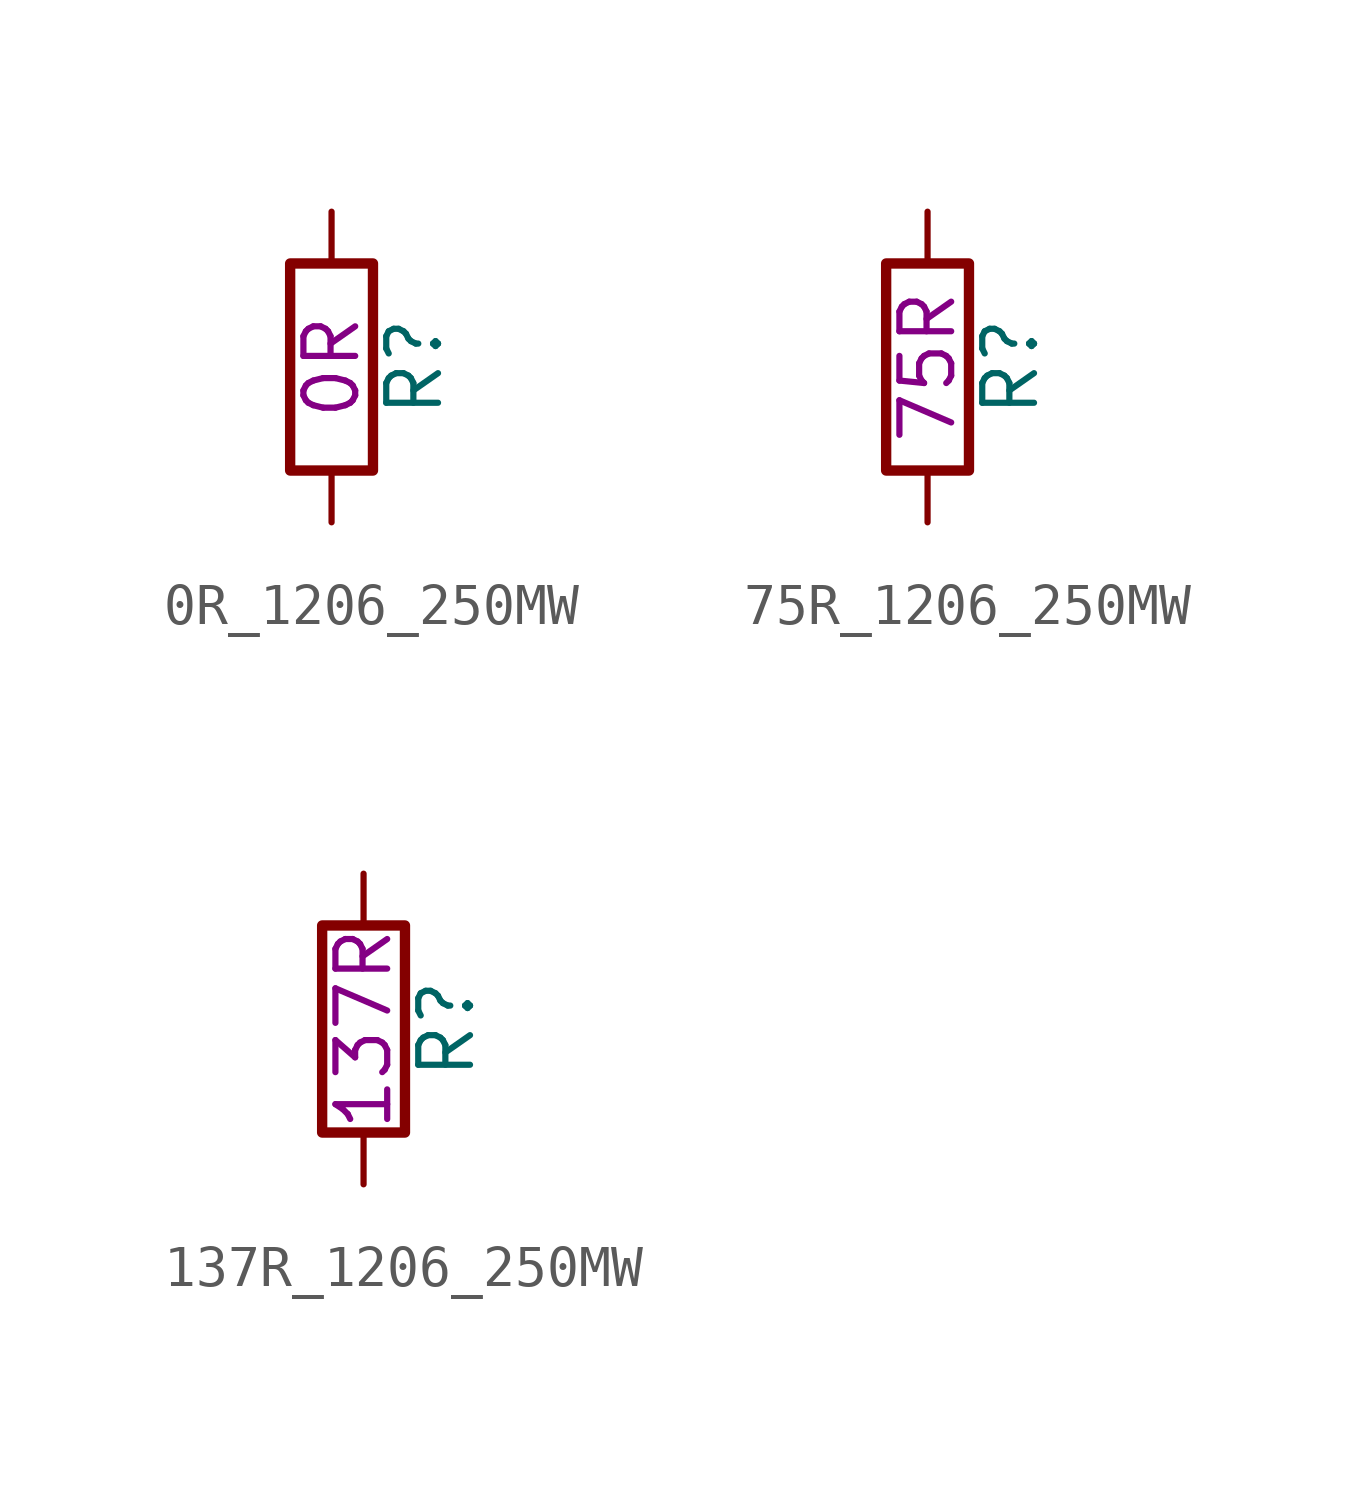
<source format=kicad_sym>
(kicad_symbol_lib
  (version 20211014)
  (generator kicad_symbol_editor)
  (symbol "0R_1206_250MW"
    (pin_numbers hide)
    (pin_names
      (offset 0))
    (property "Reference" "R"
      (at 2.032 0 90)
      (effects (font (size 1.27 1.27))))
    (property "Resistance" "0R"
      (at 0 0 90)
      (effects (font (size 1.27 1.27))))
    (symbol "0R_1206_250MW_0_1"
      (rectangle (start -1.016 -2.54) (end 1.016 2.54) (stroke (width 0.254) (type default) (color 0 0 0 0)) (fill (type none))))
    (symbol "0R_1206_250MW_1_1"
      (pin passive line (at 0 3.81 270) (length 1.27) (name "~" (effects (font (size 1.27 1.27)))) (number "1" (effects (font (size 1.27 1.27)))))
      (pin passive line (at 0 -3.81 90) (length 1.27) (name "~" (effects (font (size 1.27 1.27)))) (number "2" (effects (font (size 1.27 1.27)))))))
  (symbol "75R_1206_250MW"
    (pin_numbers hide)
    (pin_names
      (offset 0))
    (property "Reference" "R"
      (at 2.032 0 90)
      (effects (font (size 1.27 1.27))))
    (property "Resistance" "75R"
      (at 0 0 90)
      (effects (font (size 1.27 1.27))))
    (symbol "75R_1206_250MW_0_1"
      (rectangle (start -1.016 -2.54) (end 1.016 2.54) (stroke (width 0.254) (type default) (color 0 0 0 0)) (fill (type none))))
    (symbol "75R_1206_250MW_1_1"
      (pin passive line (at 0 3.81 270) (length 1.27) (name "~" (effects (font (size 1.27 1.27)))) (number "1" (effects (font (size 1.27 1.27)))))
      (pin passive line (at 0 -3.81 90) (length 1.27) (name "~" (effects (font (size 1.27 1.27)))) (number "2" (effects (font (size 1.27 1.27)))))))
  (symbol "137R_1206_250MW"
    (pin_numbers hide)
    (pin_names
      (offset 0))
    (property "Reference" "R"
      (at 2.032 0 90)
      (effects (font (size 1.27 1.27))))
    (property "Resistance" "137R"
      (at 0 0 90)
      (effects (font (size 1.27 1.27))))
    (symbol "137R_1206_250MW_0_1"
      (rectangle (start -1.016 -2.54) (end 1.016 2.54) (stroke (width 0.254) (type default) (color 0 0 0 0)) (fill (type none))))
    (symbol "137R_1206_250MW_1_1"
      (pin passive line (at 0 3.81 270) (length 1.27) (name "~" (effects (font (size 1.27 1.27)))) (number "1" (effects (font (size 1.27 1.27)))))
      (pin passive line (at 0 -3.81 90) (length 1.27) (name "~" (effects (font (size 1.27 1.27)))) (number "2" (effects (font (size 1.27 1.27))))))))
</source>
